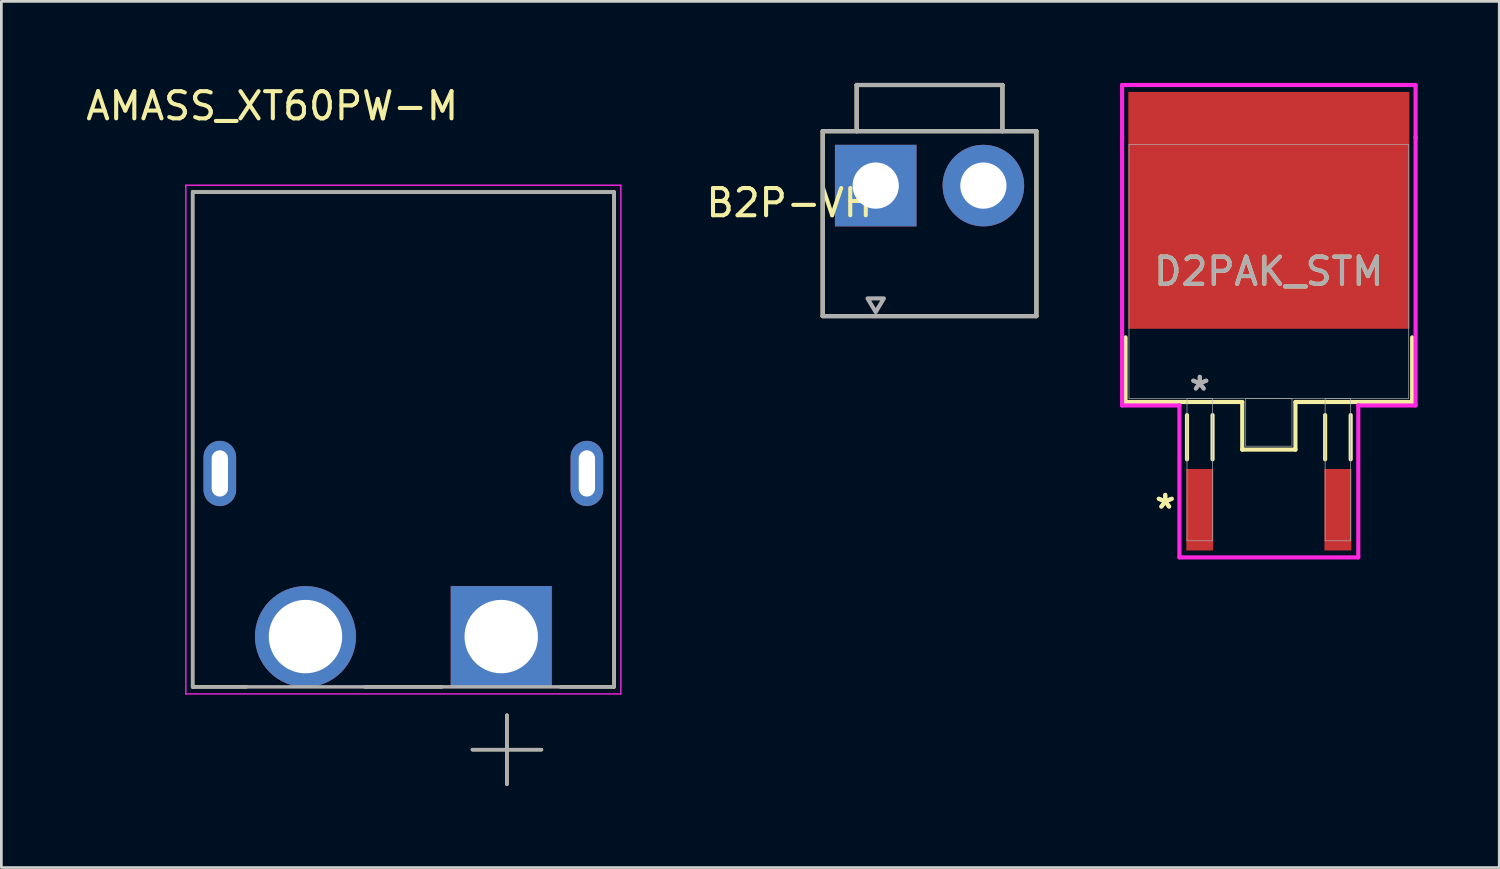
<source format=kicad_pcb>
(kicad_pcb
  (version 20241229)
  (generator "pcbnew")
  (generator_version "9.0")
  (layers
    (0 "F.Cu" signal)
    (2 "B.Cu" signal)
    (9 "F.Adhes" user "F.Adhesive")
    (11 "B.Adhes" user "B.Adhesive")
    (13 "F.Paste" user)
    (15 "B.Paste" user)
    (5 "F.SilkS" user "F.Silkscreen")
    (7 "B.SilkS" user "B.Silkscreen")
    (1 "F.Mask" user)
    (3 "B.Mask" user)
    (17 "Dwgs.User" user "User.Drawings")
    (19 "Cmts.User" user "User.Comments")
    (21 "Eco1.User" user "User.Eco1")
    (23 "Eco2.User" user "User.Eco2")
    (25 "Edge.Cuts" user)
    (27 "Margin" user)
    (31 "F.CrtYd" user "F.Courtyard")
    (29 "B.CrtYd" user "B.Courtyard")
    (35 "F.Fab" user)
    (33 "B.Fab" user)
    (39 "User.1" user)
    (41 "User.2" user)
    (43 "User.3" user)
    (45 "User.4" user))
  (footprint "AMASS_XT60PW-M"
    (layer "F.Cu")
    (at 11.785 14.363)
    (property "Reference" "AMASS_XT60PW-M" (at -4.824 -13.515 0) (layer "F.SilkS") (effects (font (size 1 1) (thickness 0.15))))
    (attr through_hole)
    (fp_line (start -7.75 -10.35) (end -7.75 7.85) (stroke (width 0.127) (type solid)) (layer "F.SilkS"))
    (fp_line (start -7.75 7.85) (end -5.778 7.85) (stroke (width 0.127) (type solid)) (layer "F.SilkS"))
    (fp_line (start -1.422 7.85) (end 1.422 7.85) (stroke (width 0.127) (type solid)) (layer "F.SilkS"))
    (fp_line (start 2.54 10.16) (end 3.81 10.16) (stroke (width 0.127) (type solid)) (layer "F.SilkS"))
    (fp_line (start 3.81 10.16) (end 3.81 8.89) (stroke (width 0.127) (type solid)) (layer "F.SilkS"))
    (fp_line (start 3.81 10.16) (end 3.81 11.43) (stroke (width 0.127) (type solid)) (layer "F.SilkS"))
    (fp_line (start 5.08 10.16) (end 3.81 10.16) (stroke (width 0.127) (type solid)) (layer "F.SilkS"))
    (fp_line (start 7.75 -10.35) (end -7.75 -10.35) (stroke (width 0.127) (type solid)) (layer "F.SilkS"))
    (fp_line (start 7.75 7.85) (end 5.778 7.85) (stroke (width 0.127) (type solid)) (layer "F.SilkS"))
    (fp_line (start 7.75 7.85) (end 7.75 -10.35) (stroke (width 0.127) (type solid)) (layer "F.SilkS"))
    (fp_line (start -8 -10.6) (end -8 8.11) (stroke (width 0.05) (type solid)) (layer "F.CrtYd"))
    (fp_line (start -8 8.11) (end 8 8.11) (stroke (width 0.05) (type solid)) (layer "F.CrtYd"))
    (fp_line (start 8 -10.6) (end -8 -10.6) (stroke (width 0.05) (type solid)) (layer "F.CrtYd"))
    (fp_line (start 8 8.11) (end 8 -10.6) (stroke (width 0.05) (type solid)) (layer "F.CrtYd"))
    (fp_line (start -7.75 -10.35) (end -7.75 7.85) (stroke (width 0.127) (type solid)) (layer "F.Fab"))
    (fp_line (start -7.75 7.85) (end 7.75 7.85) (stroke (width 0.127) (type solid)) (layer "F.Fab"))
    (fp_line (start 2.54 10.16) (end 3.81 10.16) (stroke (width 0.127) (type solid)) (layer "F.Fab"))
    (fp_line (start 3.81 10.16) (end 3.81 8.89) (stroke (width 0.127) (type solid)) (layer "F.Fab"))
    (fp_line (start 3.81 10.16) (end 3.81 11.43) (stroke (width 0.127) (type solid)) (layer "F.Fab"))
    (fp_line (start 5.08 10.16) (end 3.81 10.16) (stroke (width 0.127) (type solid)) (layer "F.Fab"))
    (fp_line (start 7.75 -10.35) (end -7.75 -10.35) (stroke (width 0.127) (type solid)) (layer "F.Fab"))
    (fp_line (start 7.75 7.85) (end 7.75 -10.35) (stroke (width 0.127) (type solid)) (layer "F.Fab"))
    (pad "1" thru_hole rect (at 3.6 6) (size 3.716 3.716) (drill 2.7) (layers "*.Cu" "*.Mask"))
    (pad "2" thru_hole circle (at -3.6 6) (size 3.716 3.716) (drill 2.7) (layers "*.Cu" "*.Mask"))
    (pad "S1" thru_hole oval (at 6.75 0) (size 1.2 2.4) (drill oval 0.6 1.7) (layers "*.Cu" "*.Mask"))
    (pad "S2" thru_hole oval (at -6.75 0) (size 1.2 2.4) (drill oval 0.6 1.7) (layers "*.Cu" "*.Mask")))
  (footprint "B2P-VH"
    (layer "F.Cu")
    (at 31.138 3.776)
    (property "Reference" "B2P-VH" (at -5.155 0.635 180) (layer "F.SilkS") (effects (font (size 1 1) (thickness 0.15))))
    (attr through_hole)
    (fp_line (start -3.93 -2) (end 3.93 -2) (stroke (width 0.152) (type solid)) (layer "F.SilkS"))
    (fp_line (start -3.93 4.8) (end -3.93 -2) (stroke (width 0.152) (type solid)) (layer "F.SilkS"))
    (fp_line (start -2.68 -3.7) (end -2.68 -2) (stroke (width 0.152) (type solid)) (layer "F.SilkS"))
    (fp_line (start -2.68 -3.7) (end 2.68 -3.7) (stroke (width 0.152) (type solid)) (layer "F.SilkS"))
    (fp_line (start 2.68 -3.7) (end 2.68 -2) (stroke (width 0.152) (type solid)) (layer "F.SilkS"))
    (fp_line (start 3.93 -2) (end 3.93 4.8) (stroke (width 0.152) (type solid)) (layer "F.SilkS"))
    (fp_line (start 3.93 4.8) (end -3.93 4.8) (stroke (width 0.152) (type solid)) (layer "F.SilkS"))
    (fp_line (start -3.93 -2) (end -2.68 -2) (stroke (width 0.152) (type solid)) (layer "F.Fab"))
    (fp_line (start -3.93 4.8) (end -3.93 -2) (stroke (width 0.152) (type solid)) (layer "F.Fab"))
    (fp_line (start -2.68 -3.7) (end -2.68 -2) (stroke (width 0.152) (type solid)) (layer "F.Fab"))
    (fp_line (start -2.68 -3.7) (end 2.68 -3.7) (stroke (width 0.152) (type solid)) (layer "F.Fab"))
    (fp_line (start -2.68 -2) (end 2.68 -2) (stroke (width 0.152) (type solid)) (layer "F.Fab"))
    (fp_line (start 2.68 -3.7) (end 2.68 -2) (stroke (width 0.152) (type solid)) (layer "F.Fab"))
    (fp_line (start 2.68 -2) (end 3.93 -2) (stroke (width 0.152) (type solid)) (layer "F.Fab"))
    (fp_line (start 3.93 -2) (end 3.93 4.8) (stroke (width 0.152) (type solid)) (layer "F.Fab"))
    (fp_line (start 3.93 4.8) (end -3.93 4.8) (stroke (width 0.152) (type solid)) (layer "F.Fab"))
    (fp_poly (pts (xy -1.98 4.65) (xy -2.28 4.15) (xy -1.68 4.15)) (stroke (width 0.152) (type solid)) (fill no) (layer "F.Fab"))
    (fp_poly (pts (xy -2.55 -0.57) (xy -1.41 -0.57) (xy -1.41 0.57) (xy -2.55 0.57)) (stroke (width 0.01) (type solid)) (fill no) (layer "F.Fab"))
    (fp_poly (pts (xy 1.41 -0.57) (xy 2.55 -0.57) (xy 2.55 0.57) (xy 1.41 0.57)) (stroke (width 0.01) (type solid)) (fill no) (layer "F.Fab"))
    (pad "1" thru_hole rect (at -1.98 0) (size 3 3) (drill 1.7) (layers "*.Cu" "*.Mask"))
    (pad "2" thru_hole circle (at 1.98 0) (size 3 3) (drill 1.7) (layers "*.Cu" "*.Mask")))
  (footprint "D2PAK_STM"
    (layer "F.Cu")
    (at 43.617 6.934)
    (property "Reference" "D2PAK_STM" (at 0 0 0) (unlocked yes) (layer "F.SilkS") (effects (font (size 1 1) (thickness 0.15))))
    (attr smd)
    (fp_line (start -5.271 2.425) (end -5.271 4.801) (stroke (width 0.152) (type solid)) (layer "F.SilkS"))
    (fp_line (start -5.271 4.801) (end -0.978 4.801) (stroke (width 0.152) (type solid)) (layer "F.SilkS"))
    (fp_line (start -3.01 5.283) (end -3.01 6.909) (stroke (width 0.152) (type solid)) (layer "F.SilkS"))
    (fp_line (start -2.07 5.283) (end -2.07 6.909) (stroke (width 0.152) (type solid)) (layer "F.SilkS"))
    (fp_line (start -0.978 4.801) (end -0.978 6.553) (stroke (width 0.152) (type solid)) (layer "F.SilkS"))
    (fp_line (start -0.978 6.553) (end 0.978 6.553) (stroke (width 0.152) (type solid)) (layer "F.SilkS"))
    (fp_line (start 0.978 4.801) (end 5.271 4.801) (stroke (width 0.152) (type solid)) (layer "F.SilkS"))
    (fp_line (start 0.978 6.553) (end 0.978 4.801) (stroke (width 0.152) (type solid)) (layer "F.SilkS"))
    (fp_line (start 2.07 5.283) (end 2.07 6.909) (stroke (width 0.152) (type solid)) (layer "F.SilkS"))
    (fp_line (start 3.01 5.283) (end 3.01 6.909) (stroke (width 0.152) (type solid)) (layer "F.SilkS"))
    (fp_line (start 5.271 4.801) (end 5.271 2.425) (stroke (width 0.152) (type solid)) (layer "F.SilkS"))
    (fp_line (start -5.397 -6.858) (end 5.397 -6.858) (stroke (width 0.152) (type solid)) (layer "F.CrtYd"))
    (fp_line (start -5.397 -4.928) (end -5.397 -6.858) (stroke (width 0.152) (type solid)) (layer "F.CrtYd"))
    (fp_line (start -5.397 -4.928) (end -5.397 -4.928) (stroke (width 0.152) (type solid)) (layer "F.CrtYd"))
    (fp_line (start -5.397 4.928) (end -5.397 -4.928) (stroke (width 0.152) (type solid)) (layer "F.CrtYd"))
    (fp_line (start -3.289 4.928) (end -5.397 4.928) (stroke (width 0.152) (type solid)) (layer "F.CrtYd"))
    (fp_line (start -3.289 10.516) (end -3.289 4.928) (stroke (width 0.152) (type solid)) (layer "F.CrtYd"))
    (fp_line (start 3.289 4.928) (end 3.289 10.516) (stroke (width 0.152) (type solid)) (layer "F.CrtYd"))
    (fp_line (start 3.289 10.516) (end -3.289 10.516) (stroke (width 0.152) (type solid)) (layer "F.CrtYd"))
    (fp_line (start 5.397 -6.858) (end 5.397 -4.928) (stroke (width 0.152) (type solid)) (layer "F.CrtYd"))
    (fp_line (start 5.397 -4.928) (end 5.397 -4.928) (stroke (width 0.152) (type solid)) (layer "F.CrtYd"))
    (fp_line (start 5.397 -4.928) (end 5.397 4.928) (stroke (width 0.152) (type solid)) (layer "F.CrtYd"))
    (fp_line (start 5.397 4.928) (end 3.289 4.928) (stroke (width 0.152) (type solid)) (layer "F.CrtYd"))
    (fp_line (start -5.144 -4.674) (end -5.144 4.674) (stroke (width 0.025) (type solid)) (layer "F.Fab"))
    (fp_line (start -5.144 4.674) (end 5.144 4.674) (stroke (width 0.025) (type solid)) (layer "F.Fab"))
    (fp_line (start -3.01 4.674) (end -3.01 9.906) (stroke (width 0.025) (type solid)) (layer "F.Fab"))
    (fp_line (start -3.01 9.906) (end -2.07 9.906) (stroke (width 0.025) (type solid)) (layer "F.Fab"))
    (fp_line (start -2.07 4.674) (end -3.01 4.674) (stroke (width 0.025) (type solid)) (layer "F.Fab"))
    (fp_line (start -2.07 9.906) (end -2.07 4.674) (stroke (width 0.025) (type solid)) (layer "F.Fab"))
    (fp_line (start -0.851 4.674) (end -0.851 6.426) (stroke (width 0.025) (type solid)) (layer "F.Fab"))
    (fp_line (start -0.851 6.426) (end 0.851 6.426) (stroke (width 0.025) (type solid)) (layer "F.Fab"))
    (fp_line (start 0.851 4.674) (end -0.851 4.674) (stroke (width 0.025) (type solid)) (layer "F.Fab"))
    (fp_line (start 0.851 6.426) (end 0.851 4.674) (stroke (width 0.025) (type solid)) (layer "F.Fab"))
    (fp_line (start 2.07 4.674) (end 2.07 9.906) (stroke (width 0.025) (type solid)) (layer "F.Fab"))
    (fp_line (start 2.07 9.906) (end 3.01 9.906) (stroke (width 0.025) (type solid)) (layer "F.Fab"))
    (fp_line (start 3.01 4.674) (end 2.07 4.674) (stroke (width 0.025) (type solid)) (layer "F.Fab"))
    (fp_line (start 3.01 9.906) (end 3.01 4.674) (stroke (width 0.025) (type solid)) (layer "F.Fab"))
    (fp_line (start 5.144 -4.674) (end -5.144 -4.674) (stroke (width 0.025) (type solid)) (layer "F.Fab"))
    (fp_line (start 5.144 4.674) (end 5.144 -4.674) (stroke (width 0.025) (type solid)) (layer "F.Fab"))
    (fp_text user "*" (at -3.81 8.763 0) (unlocked yes) (layer "F.SilkS") (effects (font (size 1 1) (thickness 0.15))))
    (fp_text user "*" (at -3.81 8.763 0) (layer "F.SilkS") (effects (font (size 1 1) (thickness 0.15))))
    (fp_text user "*" (at -2.54 4.42 0) (unlocked yes) (layer "F.Fab") (effects (font (size 1 1) (thickness 0.15))))
    (fp_text user "${REFERENCE}" (at 0 0 0) (unlocked yes) (layer "F.Fab") (effects (font (size 1 1) (thickness 0.15))))
    (fp_text user "*" (at -2.54 4.42 0) (layer "F.Fab") (effects (font (size 1 1) (thickness 0.15))))
    (pad "1" smd rect (at -2.54 8.763) (size 0.991 2.997) (layers "F.Cu" "F.Mask" "F.Paste"))
    (pad "2" smd rect (at 2.54 8.763) (size 0.991 2.997) (layers "F.Cu" "F.Mask" "F.Paste"))
    (pad "3" smd rect (at 0 -2.248) (size 10.338 8.712) (layers "F.Cu" "F.Mask" "F.Paste")))
  (gr_rect
    (start -3 -3)
    (end 52.091 28.857)
    (stroke (width 0.1) (type default))
    (fill no)
    (layer "Edge.Cuts")))
</source>
